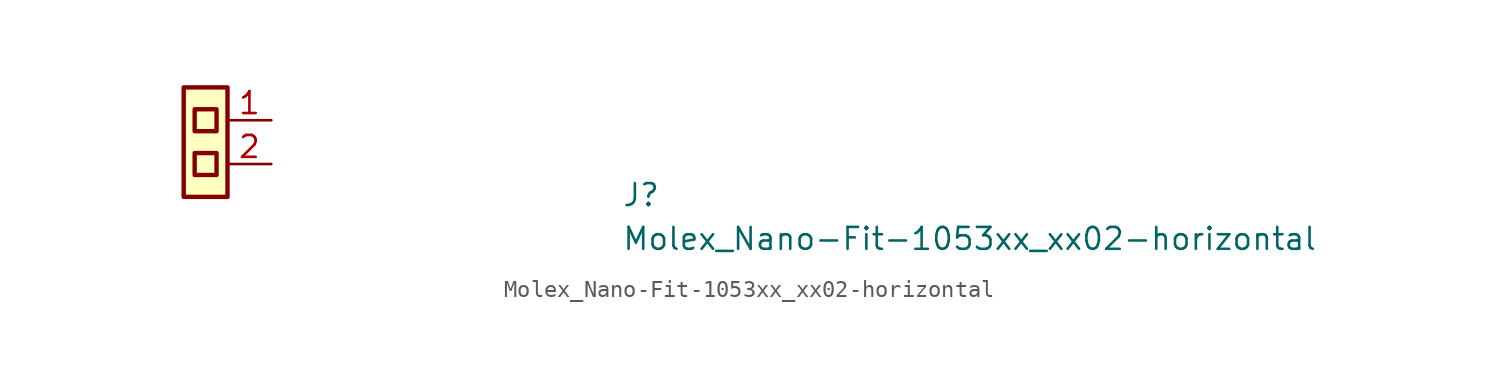
<source format=kicad_sym>
(kicad_symbol_lib
  (version 20211014)
  (generator kicad_symbol_editor)
  (symbol "Molex_Nano-Fit-1053xx_xx02-horizontal"
    (property "Reference" "J"
      (at 20.32 -5.08 0)
      (effects (font (size 1.27 1.27) (thickness 0.15)) (justify left bottom)))
    (property "Value" "Molex_Nano-Fit-1053xx_xx02-horizontal"
      (at 20.32 -7.62 0)
      (effects (font (size 1.27 1.27) (thickness 0.15)) (justify left bottom)))
    (symbol "Molex_Nano-Fit-1053xx_xx02-horizontal_1_1"
      (rectangle (start -5.08 1.905) (end -2.54 -4.445) (stroke (width 0.254) (type default) (color 0 0 0 0)) (fill (type background)))
      (rectangle (start -4.445 -1.905) (end -3.175 -3.175) (stroke (width 0.254) (type default) (color 0 0 0 0)) (fill (type background)))
      (rectangle (start -4.445 0.635) (end -3.175 -0.635) (stroke (width 0.254) (type default) (color 0 0 0 0)) (fill (type background)))
      (pin input line (at 0 0 180) (length 2.54) (name "~" (effects (font (size 1.27 1.27)))) (number "1" (effects (font (size 1.27 1.27)))))
      (pin input line (at 0 -2.54 180) (length 2.54) (name "~" (effects (font (size 1.27 1.27)))) (number "2" (effects (font (size 1.27 1.27))))))))
</source>
